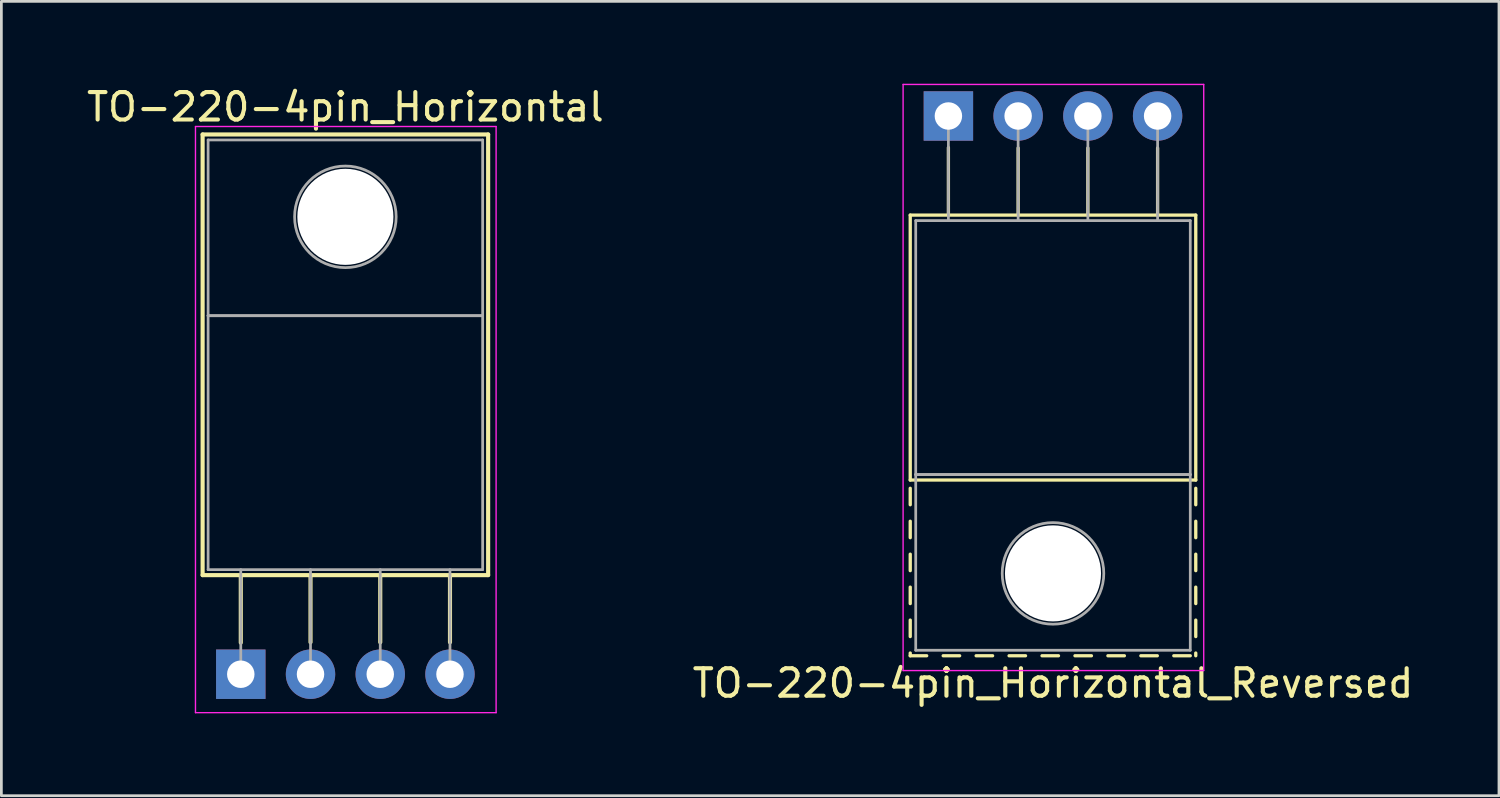
<source format=kicad_pcb>
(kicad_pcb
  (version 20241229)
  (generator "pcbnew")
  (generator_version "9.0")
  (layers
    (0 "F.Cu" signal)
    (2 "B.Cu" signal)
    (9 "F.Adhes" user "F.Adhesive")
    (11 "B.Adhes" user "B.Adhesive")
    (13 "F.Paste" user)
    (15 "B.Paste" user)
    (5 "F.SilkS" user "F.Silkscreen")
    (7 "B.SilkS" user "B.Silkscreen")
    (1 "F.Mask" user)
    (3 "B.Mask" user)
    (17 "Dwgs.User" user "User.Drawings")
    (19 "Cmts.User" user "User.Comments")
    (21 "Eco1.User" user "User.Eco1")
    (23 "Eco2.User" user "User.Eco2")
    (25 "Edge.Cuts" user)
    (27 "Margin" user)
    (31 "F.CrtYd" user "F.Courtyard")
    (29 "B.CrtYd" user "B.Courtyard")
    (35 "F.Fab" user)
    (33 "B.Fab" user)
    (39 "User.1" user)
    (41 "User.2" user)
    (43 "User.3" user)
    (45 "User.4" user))
  (footprint "TO-220-4pin_Horizontal_Reversed"
    (layer "F.Cu")
    (at 31.494 1.175)
    (property "Reference" "TO-220-4pin_Horizontal_Reversed" (at 3.81 20.66 0) (layer "F.SilkS") (effects (font (size 1 1) (thickness 0.15))))
    (attr through_hole)
    (fp_line (start -1.39 3.61) (end -1.39 13.26) (stroke (width 0.12) (type solid)) (layer "F.SilkS"))
    (fp_line (start -1.39 3.61) (end 9.01 3.61) (stroke (width 0.12) (type solid)) (layer "F.SilkS"))
    (fp_line (start -1.39 13.26) (end 9.01 13.26) (stroke (width 0.12) (type solid)) (layer "F.SilkS"))
    (fp_line (start -1.39 13.56) (end -1.39 14.16) (stroke (width 0.12) (type solid)) (layer "F.SilkS"))
    (fp_line (start -1.39 14.76) (end -1.39 15.36) (stroke (width 0.12) (type solid)) (layer "F.SilkS"))
    (fp_line (start -1.39 15.96) (end -1.39 16.56) (stroke (width 0.12) (type solid)) (layer "F.SilkS"))
    (fp_line (start -1.39 17.16) (end -1.39 17.76) (stroke (width 0.12) (type solid)) (layer "F.SilkS"))
    (fp_line (start -1.39 18.361) (end -1.39 18.961) (stroke (width 0.12) (type solid)) (layer "F.SilkS"))
    (fp_line (start -1.39 19.561) (end -1.39 19.66) (stroke (width 0.12) (type solid)) (layer "F.SilkS"))
    (fp_line (start -1.39 19.66) (end -0.79 19.66) (stroke (width 0.12) (type solid)) (layer "F.SilkS"))
    (fp_line (start -0.19 19.66) (end 0.41 19.66) (stroke (width 0.12) (type solid)) (layer "F.SilkS"))
    (fp_line (start 0 1.15) (end 0 3.61) (stroke (width 0.12) (type solid)) (layer "F.SilkS"))
    (fp_line (start 1.01 19.66) (end 1.61 19.66) (stroke (width 0.12) (type solid)) (layer "F.SilkS"))
    (fp_line (start 2.21 19.66) (end 2.81 19.66) (stroke (width 0.12) (type solid)) (layer "F.SilkS"))
    (fp_line (start 2.54 1.165) (end 2.54 3.61) (stroke (width 0.12) (type solid)) (layer "F.SilkS"))
    (fp_line (start 3.41 19.66) (end 4.01 19.66) (stroke (width 0.12) (type solid)) (layer "F.SilkS"))
    (fp_line (start 4.61 19.66) (end 5.21 19.66) (stroke (width 0.12) (type solid)) (layer "F.SilkS"))
    (fp_line (start 5.08 1.165) (end 5.08 3.61) (stroke (width 0.12) (type solid)) (layer "F.SilkS"))
    (fp_line (start 5.81 19.66) (end 6.41 19.66) (stroke (width 0.12) (type solid)) (layer "F.SilkS"))
    (fp_line (start 7.01 19.66) (end 7.61 19.66) (stroke (width 0.12) (type solid)) (layer "F.SilkS"))
    (fp_line (start 7.62 1.165) (end 7.62 3.61) (stroke (width 0.12) (type solid)) (layer "F.SilkS"))
    (fp_line (start 8.21 19.66) (end 8.81 19.66) (stroke (width 0.12) (type solid)) (layer "F.SilkS"))
    (fp_line (start 9.01 3.61) (end 9.01 13.26) (stroke (width 0.12) (type solid)) (layer "F.SilkS"))
    (fp_line (start 9.01 13.56) (end 9.01 14.16) (stroke (width 0.12) (type solid)) (layer "F.SilkS"))
    (fp_line (start 9.01 14.76) (end 9.01 15.36) (stroke (width 0.12) (type solid)) (layer "F.SilkS"))
    (fp_line (start 9.01 15.96) (end 9.01 16.56) (stroke (width 0.12) (type solid)) (layer "F.SilkS"))
    (fp_line (start 9.01 17.16) (end 9.01 17.76) (stroke (width 0.12) (type solid)) (layer "F.SilkS"))
    (fp_line (start 9.01 18.361) (end 9.01 18.961) (stroke (width 0.12) (type solid)) (layer "F.SilkS"))
    (fp_line (start 9.01 19.561) (end 9.01 19.66) (stroke (width 0.12) (type solid)) (layer "F.SilkS"))
    (fp_line (start -1.65 -1.15) (end -1.65 20.2) (stroke (width 0.05) (type solid)) (layer "F.CrtYd"))
    (fp_line (start -1.65 20.2) (end 9.3 20.2) (stroke (width 0.05) (type solid)) (layer "F.CrtYd"))
    (fp_line (start 9.3 -1.15) (end -1.65 -1.15) (stroke (width 0.05) (type solid)) (layer "F.CrtYd"))
    (fp_line (start 9.3 20.2) (end 9.3 -1.15) (stroke (width 0.05) (type solid)) (layer "F.CrtYd"))
    (fp_line (start -1.19 3.81) (end -1.19 13.06) (stroke (width 0.1) (type solid)) (layer "F.Fab"))
    (fp_line (start -1.19 13.06) (end -1.19 19.46) (stroke (width 0.1) (type solid)) (layer "F.Fab"))
    (fp_line (start -1.19 13.06) (end 8.81 13.06) (stroke (width 0.1) (type solid)) (layer "F.Fab"))
    (fp_line (start -1.19 19.46) (end 8.81 19.46) (stroke (width 0.1) (type solid)) (layer "F.Fab"))
    (fp_line (start 0 3.81) (end 0 0) (stroke (width 0.1) (type solid)) (layer "F.Fab"))
    (fp_line (start 2.54 3.81) (end 2.54 0) (stroke (width 0.1) (type solid)) (layer "F.Fab"))
    (fp_line (start 5.08 3.81) (end 5.08 0) (stroke (width 0.1) (type solid)) (layer "F.Fab"))
    (fp_line (start 7.62 3.81) (end 7.62 0) (stroke (width 0.1) (type solid)) (layer "F.Fab"))
    (fp_line (start 8.81 3.81) (end -1.19 3.81) (stroke (width 0.1) (type solid)) (layer "F.Fab"))
    (fp_line (start 8.81 13.06) (end -1.19 13.06) (stroke (width 0.1) (type solid)) (layer "F.Fab"))
    (fp_line (start 8.81 13.06) (end 8.81 3.81) (stroke (width 0.1) (type solid)) (layer "F.Fab"))
    (fp_line (start 8.81 19.46) (end 8.81 13.06) (stroke (width 0.1) (type solid)) (layer "F.Fab"))
    (fp_circle (center 3.81 16.66) (end 5.66 16.66) (stroke (width 0.1) (type solid)) (fill no) (layer "F.Fab"))
    (pad "" np_thru_hole oval (at 3.81 16.66) (size 3.5 3.5) (drill 3.5) (layers "*.Cu" "*.Mask"))
    (pad "1" thru_hole rect (at 0 0) (size 1.8 1.8) (drill 1) (layers "*.Cu" "*.Mask"))
    (pad "2" thru_hole oval (at 2.54 0) (size 1.8 1.8) (drill 1) (layers "*.Cu" "*.Mask"))
    (pad "3" thru_hole oval (at 5.08 0) (size 1.8 1.8) (drill 1) (layers "*.Cu" "*.Mask"))
    (pad "4" thru_hole oval (at 7.62 0) (size 1.8 1.8) (drill 1) (layers "*.Cu" "*.Mask")))
  (footprint "TO-220-4pin_Horizontal"
    (layer "F.Cu")
    (at 5.72 21.508)
    (property "Reference" "TO-220-4pin_Horizontal" (at 3.81 -20.66 0) (layer "F.SilkS") (effects (font (size 1 1) (thickness 0.15))))
    (attr through_hole)
    (fp_line (start -1.39 -19.66) (end -1.39 -3.61) (stroke (width 0.15) (type solid)) (layer "F.SilkS"))
    (fp_line (start -1.39 -19.66) (end 9.01 -19.66) (stroke (width 0.15) (type solid)) (layer "F.SilkS"))
    (fp_line (start -1.39 -3.61) (end 9.01 -3.61) (stroke (width 0.15) (type solid)) (layer "F.SilkS"))
    (fp_line (start 0 -3.61) (end 0 -1.15) (stroke (width 0.15) (type solid)) (layer "F.SilkS"))
    (fp_line (start 2.54 -3.61) (end 2.54 -1.165) (stroke (width 0.15) (type solid)) (layer "F.SilkS"))
    (fp_line (start 5.08 -3.61) (end 5.08 -1.165) (stroke (width 0.15) (type solid)) (layer "F.SilkS"))
    (fp_line (start 7.62 -3.61) (end 7.62 -1.165) (stroke (width 0.15) (type solid)) (layer "F.SilkS"))
    (fp_line (start 9.01 -19.66) (end 9.01 -3.61) (stroke (width 0.15) (type solid)) (layer "F.SilkS"))
    (fp_line (start -1.65 -19.95) (end -1.65 1.4) (stroke (width 0.05) (type solid)) (layer "F.CrtYd"))
    (fp_line (start -1.65 1.4) (end 9.3 1.4) (stroke (width 0.05) (type solid)) (layer "F.CrtYd"))
    (fp_line (start 9.3 -19.95) (end -1.65 -19.95) (stroke (width 0.05) (type solid)) (layer "F.CrtYd"))
    (fp_line (start 9.3 1.4) (end 9.3 -19.95) (stroke (width 0.05) (type solid)) (layer "F.CrtYd"))
    (fp_line (start -1.19 -19.46) (end 8.81 -19.46) (stroke (width 0.1) (type solid)) (layer "F.Fab"))
    (fp_line (start -1.19 -13.06) (end -1.19 -19.46) (stroke (width 0.1) (type solid)) (layer "F.Fab"))
    (fp_line (start -1.19 -13.06) (end 8.81 -13.06) (stroke (width 0.1) (type solid)) (layer "F.Fab"))
    (fp_line (start -1.19 -3.81) (end -1.19 -13.06) (stroke (width 0.1) (type solid)) (layer "F.Fab"))
    (fp_line (start 0 -3.81) (end 0 0) (stroke (width 0.1) (type solid)) (layer "F.Fab"))
    (fp_line (start 2.54 -3.81) (end 2.54 0) (stroke (width 0.1) (type solid)) (layer "F.Fab"))
    (fp_line (start 5.08 -3.81) (end 5.08 0) (stroke (width 0.1) (type solid)) (layer "F.Fab"))
    (fp_line (start 7.62 -3.81) (end 7.62 0) (stroke (width 0.1) (type solid)) (layer "F.Fab"))
    (fp_line (start 8.81 -19.46) (end 8.81 -13.06) (stroke (width 0.1) (type solid)) (layer "F.Fab"))
    (fp_line (start 8.81 -13.06) (end -1.19 -13.06) (stroke (width 0.1) (type solid)) (layer "F.Fab"))
    (fp_line (start 8.81 -13.06) (end 8.81 -3.81) (stroke (width 0.1) (type solid)) (layer "F.Fab"))
    (fp_line (start 8.81 -3.81) (end -1.19 -3.81) (stroke (width 0.1) (type solid)) (layer "F.Fab"))
    (fp_circle (center 3.81 -16.66) (end 5.66 -16.66) (stroke (width 0.1) (type solid)) (fill no) (layer "F.Fab"))
    (pad "" np_thru_hole oval (at 3.81 -16.66) (size 3.5 3.5) (drill 3.5) (layers "*.Cu" "*.Mask"))
    (pad "1" thru_hole rect (at 0 0) (size 1.8 1.8) (drill 1) (layers "*.Cu" "*.Mask"))
    (pad "2" thru_hole oval (at 2.54 0) (size 1.8 1.8) (drill 1) (layers "*.Cu" "*.Mask"))
    (pad "3" thru_hole oval (at 5.08 0) (size 1.8 1.8) (drill 1) (layers "*.Cu" "*.Mask"))
    (pad "4" thru_hole oval (at 7.62 0) (size 1.8 1.8) (drill 1) (layers "*.Cu" "*.Mask")))
  (gr_rect
    (start -3 -3)
    (end 51.548 25.933)
    (stroke (width 0.1) (type default))
    (fill no)
    (layer "Edge.Cuts")))
</source>
